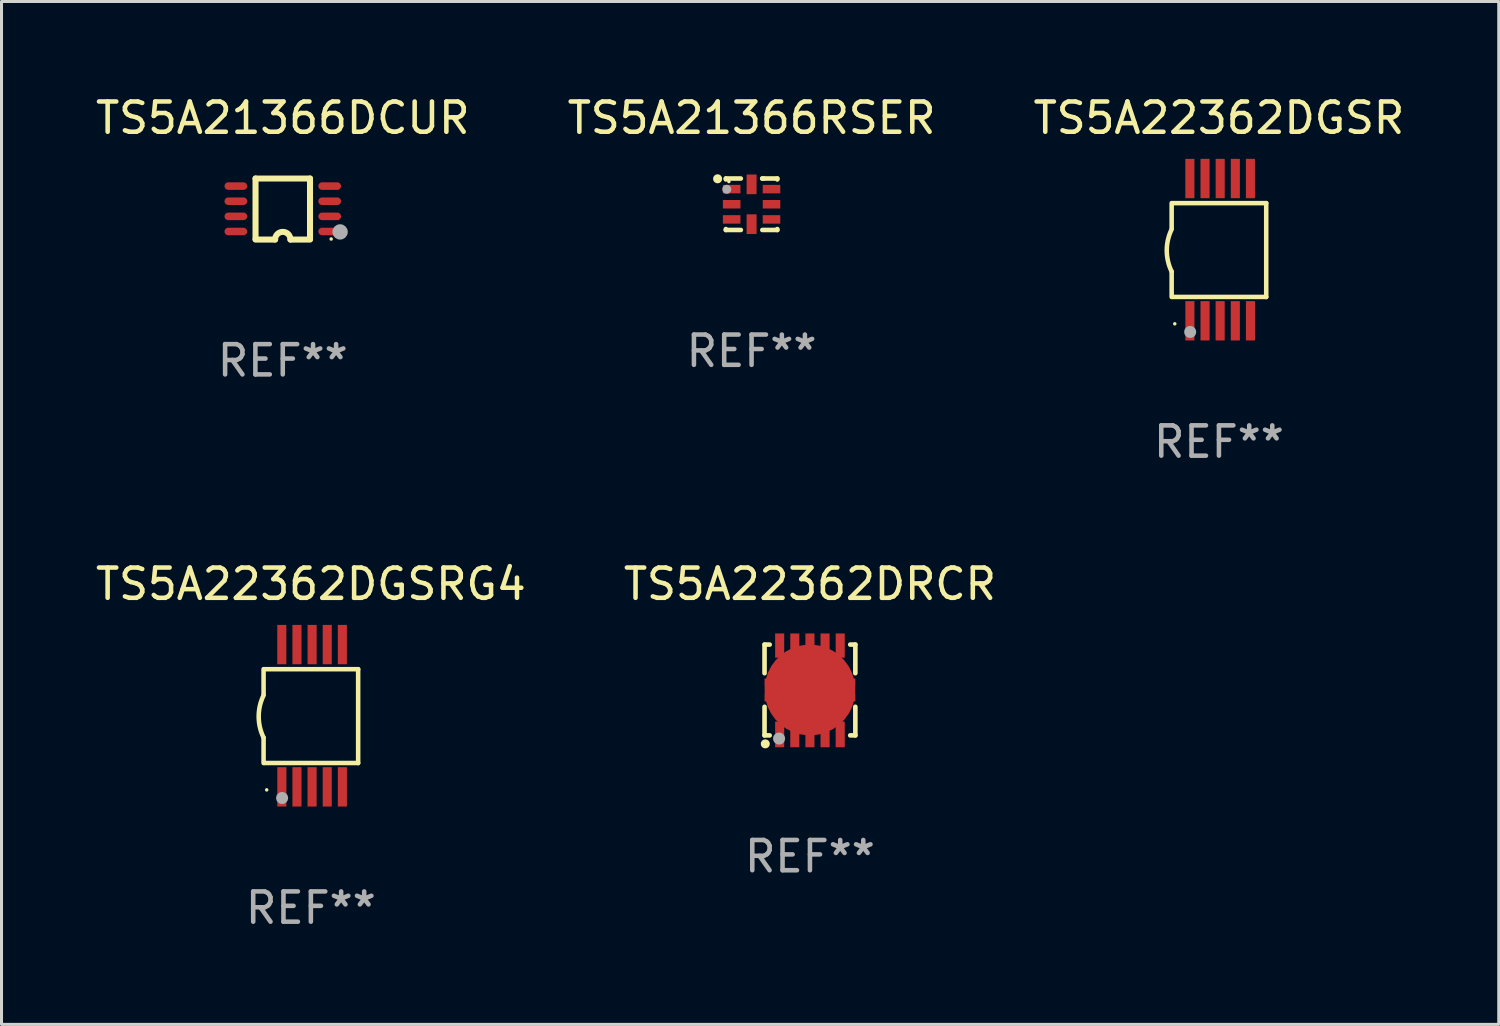
<source format=kicad_pcb>
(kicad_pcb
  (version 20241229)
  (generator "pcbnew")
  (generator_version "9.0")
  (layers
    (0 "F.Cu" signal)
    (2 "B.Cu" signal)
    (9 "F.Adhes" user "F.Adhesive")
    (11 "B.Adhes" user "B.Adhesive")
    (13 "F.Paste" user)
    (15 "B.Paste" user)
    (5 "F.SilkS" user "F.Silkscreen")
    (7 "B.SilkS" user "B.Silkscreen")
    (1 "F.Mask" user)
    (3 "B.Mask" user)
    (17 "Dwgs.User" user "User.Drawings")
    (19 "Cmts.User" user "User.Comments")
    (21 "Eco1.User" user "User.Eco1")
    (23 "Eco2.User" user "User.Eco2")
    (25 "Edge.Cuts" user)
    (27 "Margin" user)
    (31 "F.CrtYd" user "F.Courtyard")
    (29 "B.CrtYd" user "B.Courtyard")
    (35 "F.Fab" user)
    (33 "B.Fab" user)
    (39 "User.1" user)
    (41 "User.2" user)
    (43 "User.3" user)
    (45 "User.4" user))
  (footprint "TS5A22362DGSRG4"
    (layer "F.Cu")
    (at 7.22 20.595)
    (property "Reference" "TS5A22362DGSRG4" (at 0 -4.35 0) (layer "F.SilkS") (effects (font (size 1 1) (thickness 0.15))))
    (attr through_hole)
    (fp_line (start -1.562 -1.537) (end -1.562 -0.698) (stroke (width 0.15) (type solid)) (layer "F.SilkS"))
    (fp_line (start -1.562 0.724) (end -1.562 1.562) (stroke (width 0.15) (type solid)) (layer "F.SilkS"))
    (fp_line (start -1.538 -1.537) (end 1.562 -1.537) (stroke (width 0.15) (type solid)) (layer "F.SilkS"))
    (fp_line (start -1.538 1.562) (end 1.562 1.562) (stroke (width 0.15) (type solid)) (layer "F.SilkS"))
    (fp_line (start 1.562 1.564) (end 1.562 -1.537) (stroke (width 0.15) (type solid)) (layer "F.SilkS"))
    (fp_arc (start -1.562103 0.724079) (mid -1.723579 0.025578) (end -1.562103 -0.672924) (stroke (width 0.150013) (type solid)) (layer "F.SilkS"))
    (fp_circle (center -1.459 2.45) (end -1.429 2.45) (stroke (width 0.06) (type solid)) (fill no) (layer "F.SilkS"))
    (fp_circle (center -0.95 2.718) (end -0.85 2.718) (stroke (width 0.2) (type solid)) (fill no) (layer "F.Fab"))
    (fp_text user "REF**" (at 0 6.35 0) (layer "F.Fab") (effects (font (size 1 1) (thickness 0.15))))
    (pad "1" smd rect (at -0.959 2.35) (size 0.3 1.3) (layers "F.Cu" "F.Mask" "F.Paste"))
    (pad "2" smd rect (at -0.459 2.35) (size 0.3 1.3) (layers "F.Cu" "F.Mask" "F.Paste"))
    (pad "3" smd rect (at 0.04 2.35) (size 0.3 1.3) (layers "F.Cu" "F.Mask" "F.Paste"))
    (pad "4" smd rect (at 0.541 2.35) (size 0.3 1.3) (layers "F.Cu" "F.Mask" "F.Paste"))
    (pad "5" smd rect (at 1.041 2.35) (size 0.3 1.3) (layers "F.Cu" "F.Mask" "F.Paste"))
    (pad "6" smd rect (at 1.04 -2.35) (size 0.3 1.3) (layers "F.Cu" "F.Mask" "F.Paste"))
    (pad "7" smd rect (at 0.541 -2.35) (size 0.3 1.3) (layers "F.Cu" "F.Mask" "F.Paste"))
    (pad "8" smd rect (at 0.041 -2.35) (size 0.3 1.3) (layers "F.Cu" "F.Mask" "F.Paste"))
    (pad "9" smd rect (at -0.459 -2.35) (size 0.3 1.3) (layers "F.Cu" "F.Mask" "F.Paste"))
    (pad "10" smd rect (at -0.96 -2.35) (size 0.3 1.3) (layers "F.Cu" "F.Mask" "F.Paste")))
  (footprint "TS5A22362DRCR"
    (layer "F.Cu")
    (at 23.708 19.745)
    (property "Reference" "TS5A22362DRCR" (at 0 -3.5 0) (layer "F.SilkS") (effects (font (size 1 1) (thickness 0.15))))
    (attr through_hole)
    (fp_line (start -1.5 -1.5) (end -1.33 -1.5) (stroke (width 0.152) (type solid)) (layer "F.SilkS"))
    (fp_line (start -1.5 -0.555) (end -1.5 -1.5) (stroke (width 0.152) (type solid)) (layer "F.SilkS"))
    (fp_line (start -1.5 1.5) (end -1.5 0.555) (stroke (width 0.152) (type solid)) (layer "F.SilkS"))
    (fp_line (start -1.33 1.5) (end -1.5 1.5) (stroke (width 0.152) (type solid)) (layer "F.SilkS"))
    (fp_line (start 1.33 -1.5) (end 1.5 -1.5) (stroke (width 0.152) (type solid)) (layer "F.SilkS"))
    (fp_line (start 1.5 -1.5) (end 1.5 -0.555) (stroke (width 0.152) (type solid)) (layer "F.SilkS"))
    (fp_line (start 1.5 0.555) (end 1.5 1.5) (stroke (width 0.152) (type solid)) (layer "F.SilkS"))
    (fp_line (start 1.5 1.5) (end 1.33 1.5) (stroke (width 0.152) (type solid)) (layer "F.SilkS"))
    (fp_circle (center -1.5 1.5) (end -1.47 1.5) (stroke (width 0.06) (type solid)) (fill no) (layer "F.SilkS"))
    (fp_circle (center -1.475 1.78) (end -1.4 1.78) (stroke (width 0.15) (type solid)) (fill no) (layer "F.SilkS"))
    (fp_circle (center -1.02 1.605) (end -0.92 1.605) (stroke (width 0.2) (type solid)) (fill no) (layer "F.Fab"))
    (fp_text user "REF**" (at 0 5.5 0) (layer "F.Fab") (effects (font (size 1 1) (thickness 0.15))))
    (pad "1" smd rect (at -1 1.467) (size 0.3 0.85) (layers "F.Cu" "F.Mask" "F.Paste"))
    (pad "2" smd rect (at -0.5 1.467) (size 0.3 0.85) (layers "F.Cu" "F.Mask" "F.Paste"))
    (pad "3" smd rect (at 0 1.467) (size 0.3 0.85) (layers "F.Cu" "F.Mask" "F.Paste"))
    (pad "4" smd rect (at 0.5 1.467) (size 0.3 0.85) (layers "F.Cu" "F.Mask" "F.Paste"))
    (pad "5" smd rect (at 1 1.467 180) (size 0.3 0.85) (layers "F.Cu" "F.Mask" "F.Paste"))
    (pad "6" smd rect (at 1 -1.467 180) (size 0.3 0.8) (layers "F.Cu" "F.Mask" "F.Paste"))
    (pad "7" smd rect (at 0.5 -1.467 180) (size 0.3 0.8) (layers "F.Cu" "F.Mask" "F.Paste"))
    (pad "8" smd rect (at 0 -1.467 180) (size 0.3 0.8) (layers "F.Cu" "F.Mask" "F.Paste"))
    (pad "9" smd rect (at -0.5 -1.467) (size 0.3 0.8) (layers "F.Cu" "F.Mask" "F.Paste"))
    (pad "10" smd rect (at -1 -1.467) (size 0.3 0.8) (layers "F.Cu" "F.Mask" "F.Paste"))
    (pad "11" smd custom (at 0 0) (size 3 1.65) (layers "F.Cu" "F.Mask" "F.Paste") (options (anchor circle)) (primitives (gr_poly (pts (xy -1.2 0.773) (xy -1.2 0.375) (xy -1.5 0.375) (xy -1.5 0.125) (xy -1.2 0.125) (xy -1.2 -0.125) (xy -1.5 -0.125) (xy -1.5 -0.375) (xy -1.2 -0.375) (xy -1.2 -0.825) (xy 1.2 -0.825) (xy 1.2 -0.375) (xy 1.5 -0.375) (xy 1.5 -0.125) (xy 1.2 -0.125) (xy 1.2 0.125) (xy 1.5 0.125) (xy 1.5 0.375) (xy 1.2 0.375) (xy 1.2 0.825) (xy -1.2 0.825)) (width 0) (fill yes)))))
  (footprint "TS5A21366RSER"
    (layer "F.Cu")
    (at 21.78 3.698)
    (property "Reference" "TS5A21366RSER" (at 0 -2.85 0) (layer "F.SilkS") (effects (font (size 1 1) (thickness 0.15))))
    (attr through_hole)
    (fp_line (start -0.85 -0.85) (end -0.355 -0.85) (stroke (width 0.152) (type solid)) (layer "F.SilkS"))
    (fp_line (start -0.85 -0.82) (end -0.85 -0.85) (stroke (width 0.152) (type solid)) (layer "F.SilkS"))
    (fp_line (start -0.85 0.85) (end -0.85 0.82) (stroke (width 0.152) (type solid)) (layer "F.SilkS"))
    (fp_line (start -0.355 0.85) (end -0.85 0.85) (stroke (width 0.152) (type solid)) (layer "F.SilkS"))
    (fp_line (start 0.35 -0.85) (end 0.85 -0.85) (stroke (width 0.152) (type solid)) (layer "F.SilkS"))
    (fp_line (start 0.355 -0.85) (end 0.4 -0.85) (stroke (width 0.152) (type solid)) (layer "F.SilkS"))
    (fp_line (start 0.85 -0.85) (end 0.85 -0.82) (stroke (width 0.152) (type solid)) (layer "F.SilkS"))
    (fp_line (start 0.85 0.82) (end 0.85 0.85) (stroke (width 0.152) (type solid)) (layer "F.SilkS"))
    (fp_line (start 0.85 0.85) (end 0.355 0.85) (stroke (width 0.152) (type solid)) (layer "F.SilkS"))
    (fp_circle (center -1.123 -0.841) (end -1.048 -0.841) (stroke (width 0.15) (type solid)) (fill no) (layer "F.SilkS"))
    (fp_circle (center -0.75 -0.75) (end -0.72 -0.75) (stroke (width 0.06) (type solid)) (fill no) (layer "F.SilkS"))
    (fp_circle (center -0.82 -0.494) (end -0.745 -0.494) (stroke (width 0.15) (type solid)) (fill no) (layer "F.Fab"))
    (fp_text user "REF**" (at 0 4.85 0) (layer "F.Fab") (effects (font (size 1 1) (thickness 0.15))))
    (pad "1" smd rect (at -0.658 -0.5) (size 0.58 0.28) (layers "F.Cu" "F.Mask" "F.Paste"))
    (pad "2" smd rect (at -0.658 -0.000013) (size 0.58 0.28) (layers "F.Cu" "F.Mask" "F.Paste"))
    (pad "3" smd rect (at -0.658 0.5) (size 0.58 0.28) (layers "F.Cu" "F.Mask" "F.Paste"))
    (pad "4" smd rect (at -0.000013 0.658) (size 0.33 0.65) (layers "F.Cu" "F.Mask" "F.Paste"))
    (pad "5" smd rect (at 0.658 0.5) (size 0.58 0.28) (layers "F.Cu" "F.Mask" "F.Paste"))
    (pad "6" smd rect (at 0.658 -0.000013) (size 0.58 0.28) (layers "F.Cu" "F.Mask" "F.Paste"))
    (pad "7" smd rect (at 0.658 -0.5) (size 0.58 0.28) (layers "F.Cu" "F.Mask" "F.Paste"))
    (pad "8" smd rect (at -0.000013 -0.658) (size 0.33 0.65) (layers "F.Cu" "F.Mask" "F.Paste")))
  (footprint "TS5A21366DCUR"
    (layer "F.Cu")
    (at 6.292 3.856)
    (property "Reference" "TS5A21366DCUR" (at 0 -3.008 0) (layer "F.SilkS") (effects (font (size 1 1) (thickness 0.15))))
    (attr through_hole)
    (fp_line (start -0.9 -1.008) (end -0.9 0.992) (stroke (width 0.2) (type solid)) (layer "F.SilkS"))
    (fp_line (start -0.254 1.008) (end -0.9 1.008) (stroke (width 0.2) (type solid)) (layer "F.SilkS"))
    (fp_line (start 0.254 1.008) (end 0.9 1.008) (stroke (width 0.2) (type solid)) (layer "F.SilkS"))
    (fp_line (start 0.9 -1.008) (end -0.9 -1.008) (stroke (width 0.2) (type solid)) (layer "F.SilkS"))
    (fp_line (start 0.9 0.992) (end 0.9 -1.008) (stroke (width 0.2) (type solid)) (layer "F.SilkS"))
    (fp_arc (start -0.254128 1.007976) (mid -0.000127 0.753975) (end 0.253874 1.007976) (stroke (width 0.2) (type solid)) (layer "F.SilkS"))
    (fp_circle (center 1.599 0.99) (end 1.629 0.99) (stroke (width 0.06) (type solid)) (fill no) (layer "F.SilkS"))
    (fp_circle (center 1.894 0.756) (end 2.021 0.756) (stroke (width 0.254) (type solid)) (fill no) (layer "F.Fab"))
    (fp_text user "REF**" (at 0 5.008 0) (layer "F.Fab") (effects (font (size 1 1) (thickness 0.15))))
    (pad "1" smd oval (at 1.55 0.742) (size 0.75 0.25) (layers "F.Cu" "F.Mask" "F.Paste"))
    (pad "2" smd oval (at 1.55 0.242) (size 0.75 0.25) (layers "F.Cu" "F.Mask" "F.Paste"))
    (pad "3" smd oval (at 1.55 -0.258) (size 0.75 0.25) (layers "F.Cu" "F.Mask" "F.Paste"))
    (pad "4" smd oval (at 1.55 -0.758) (size 0.75 0.25) (layers "F.Cu" "F.Mask" "F.Paste"))
    (pad "5" smd oval (at -1.55 -0.758) (size 0.75 0.25) (layers "F.Cu" "F.Mask" "F.Paste"))
    (pad "6" smd oval (at -1.55 -0.258) (size 0.75 0.25) (layers "F.Cu" "F.Mask" "F.Paste"))
    (pad "7" smd oval (at -1.55 0.242) (size 0.75 0.25) (layers "F.Cu" "F.Mask" "F.Paste"))
    (pad "8" smd oval (at -1.55 0.742) (size 0.75 0.25) (layers "F.Cu" "F.Mask" "F.Paste")))
  (footprint "TS5A22362DGSR"
    (layer "F.Cu")
    (at 37.22 5.198)
    (property "Reference" "TS5A22362DGSR" (at 0 -4.35 0) (layer "F.SilkS") (effects (font (size 1 1) (thickness 0.15))))
    (attr through_hole)
    (fp_line (start -1.562 -1.537) (end -1.562 -0.698) (stroke (width 0.15) (type solid)) (layer "F.SilkS"))
    (fp_line (start -1.562 0.724) (end -1.562 1.562) (stroke (width 0.15) (type solid)) (layer "F.SilkS"))
    (fp_line (start -1.538 -1.537) (end 1.562 -1.537) (stroke (width 0.15) (type solid)) (layer "F.SilkS"))
    (fp_line (start -1.538 1.562) (end 1.562 1.562) (stroke (width 0.15) (type solid)) (layer "F.SilkS"))
    (fp_line (start 1.562 1.564) (end 1.562 -1.537) (stroke (width 0.15) (type solid)) (layer "F.SilkS"))
    (fp_arc (start -1.562103 0.724079) (mid -1.723579 0.025578) (end -1.562103 -0.672924) (stroke (width 0.150013) (type solid)) (layer "F.SilkS"))
    (fp_circle (center -1.459 2.45) (end -1.429 2.45) (stroke (width 0.06) (type solid)) (fill no) (layer "F.SilkS"))
    (fp_circle (center -0.95 2.718) (end -0.85 2.718) (stroke (width 0.2) (type solid)) (fill no) (layer "F.Fab"))
    (fp_text user "REF**" (at 0 6.35 0) (layer "F.Fab") (effects (font (size 1 1) (thickness 0.15))))
    (pad "1" smd rect (at -0.959 2.35) (size 0.3 1.3) (layers "F.Cu" "F.Mask" "F.Paste"))
    (pad "2" smd rect (at -0.459 2.35) (size 0.3 1.3) (layers "F.Cu" "F.Mask" "F.Paste"))
    (pad "3" smd rect (at 0.04 2.35) (size 0.3 1.3) (layers "F.Cu" "F.Mask" "F.Paste"))
    (pad "4" smd rect (at 0.541 2.35) (size 0.3 1.3) (layers "F.Cu" "F.Mask" "F.Paste"))
    (pad "5" smd rect (at 1.041 2.35) (size 0.3 1.3) (layers "F.Cu" "F.Mask" "F.Paste"))
    (pad "6" smd rect (at 1.04 -2.35) (size 0.3 1.3) (layers "F.Cu" "F.Mask" "F.Paste"))
    (pad "7" smd rect (at 0.541 -2.35) (size 0.3 1.3) (layers "F.Cu" "F.Mask" "F.Paste"))
    (pad "8" smd rect (at 0.041 -2.35) (size 0.3 1.3) (layers "F.Cu" "F.Mask" "F.Paste"))
    (pad "9" smd rect (at -0.459 -2.35) (size 0.3 1.3) (layers "F.Cu" "F.Mask" "F.Paste"))
    (pad "10" smd rect (at -0.96 -2.35) (size 0.3 1.3) (layers "F.Cu" "F.Mask" "F.Paste")))
  (gr_rect
    (start -3 -3)
    (end 46.464 30.793)
    (stroke (width 0.1) (type default))
    (fill no)
    (layer "Edge.Cuts")))
</source>
